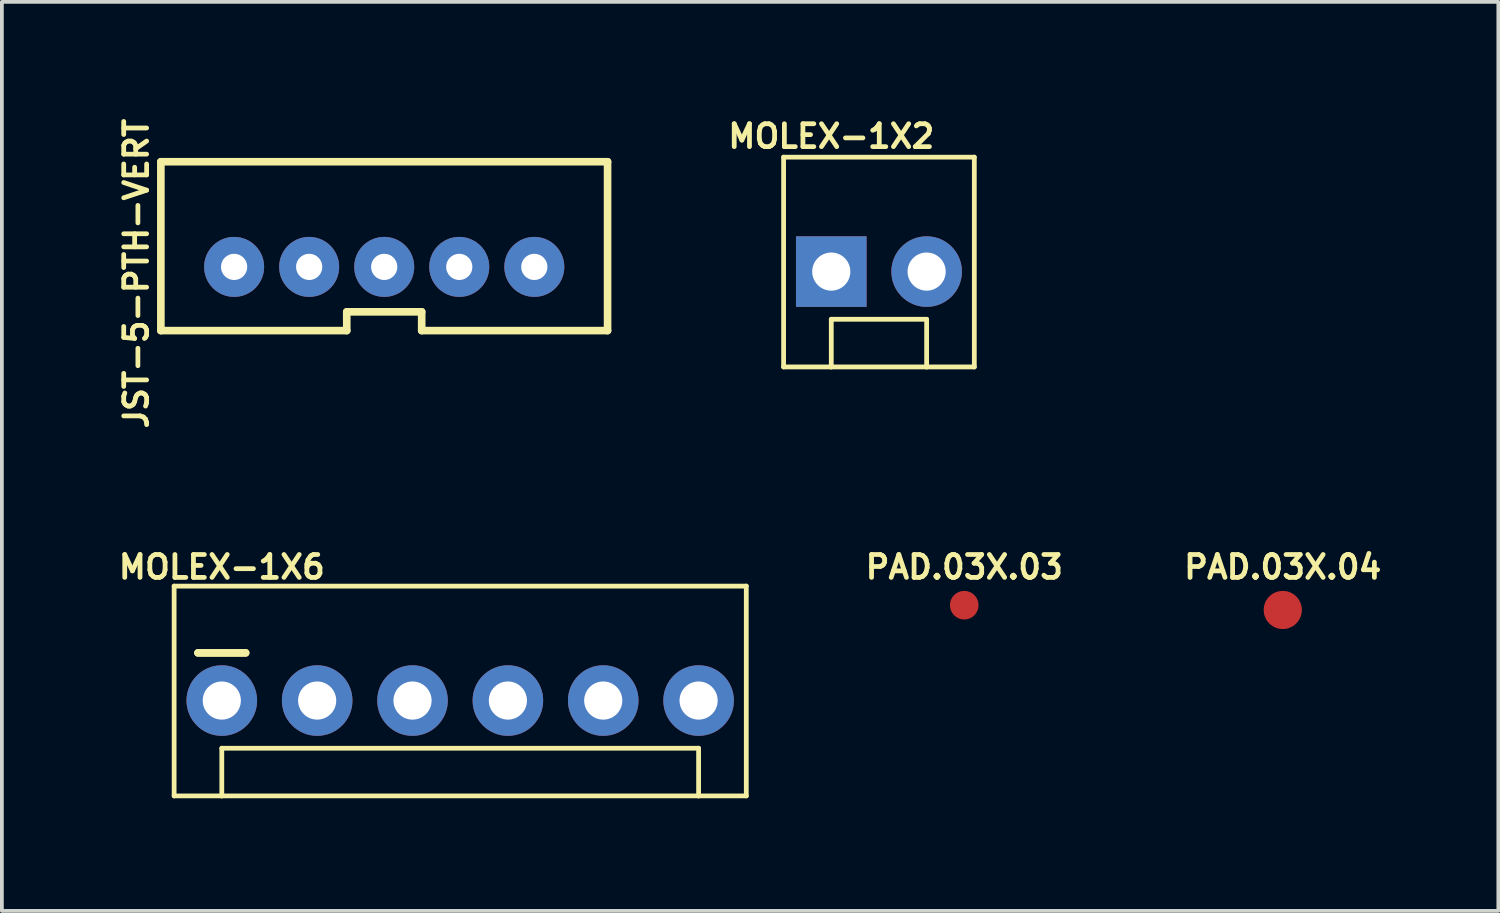
<source format=kicad_pcb>
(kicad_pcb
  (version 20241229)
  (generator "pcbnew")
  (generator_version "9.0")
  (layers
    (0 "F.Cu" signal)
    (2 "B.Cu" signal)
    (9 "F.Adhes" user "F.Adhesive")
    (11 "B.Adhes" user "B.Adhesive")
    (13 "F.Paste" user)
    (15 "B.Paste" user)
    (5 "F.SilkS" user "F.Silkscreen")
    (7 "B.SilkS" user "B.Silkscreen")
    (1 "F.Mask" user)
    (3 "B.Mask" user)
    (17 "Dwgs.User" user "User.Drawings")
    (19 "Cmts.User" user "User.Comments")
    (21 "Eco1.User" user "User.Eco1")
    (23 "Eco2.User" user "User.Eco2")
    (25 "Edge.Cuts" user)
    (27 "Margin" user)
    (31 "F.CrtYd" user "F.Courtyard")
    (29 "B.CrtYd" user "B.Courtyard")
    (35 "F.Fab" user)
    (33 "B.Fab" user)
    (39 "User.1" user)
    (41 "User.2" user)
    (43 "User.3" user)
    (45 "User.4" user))
  (footprint "MOLEX-1X6"
    (layer "F.Cu")
    (at 2.858 15.61)
    (property "Reference" "MOLEX-1X6" (at 0 -3.556 0) (layer "F.SilkS") (effects (font (size 0.61 0.61) (thickness 0.127))))
    (attr exclude_from_pos_files exclude_from_bom)
    (fp_line (start -1.27 -3.048) (end -1.27 2.54) (stroke (width 0.127) (type solid)) (layer "F.SilkS"))
    (fp_line (start -0.635 -1.27) (end 0.635 -1.27) (stroke (width 0.203) (type solid)) (layer "F.SilkS"))
    (fp_line (start 0 1.27) (end 12.7 1.27) (stroke (width 0.127) (type solid)) (layer "F.SilkS"))
    (fp_line (start 0 2.54) (end -1.27 2.54) (stroke (width 0.127) (type solid)) (layer "F.SilkS"))
    (fp_line (start 0 2.54) (end 0 1.27) (stroke (width 0.127) (type solid)) (layer "F.SilkS"))
    (fp_line (start 0.635 -1.27) (end -0.635 -1.27) (stroke (width 0.203) (type solid)) (layer "F.SilkS"))
    (fp_line (start 12.7 1.27) (end 12.7 2.54) (stroke (width 0.127) (type solid)) (layer "F.SilkS"))
    (fp_line (start 12.7 2.54) (end 0 2.54) (stroke (width 0.127) (type solid)) (layer "F.SilkS"))
    (fp_line (start 13.97 -3.048) (end -1.27 -3.048) (stroke (width 0.127) (type solid)) (layer "F.SilkS"))
    (fp_line (start 13.97 -3.048) (end 13.97 2.54) (stroke (width 0.127) (type solid)) (layer "F.SilkS"))
    (fp_line (start 13.97 2.54) (end 12.7 2.54) (stroke (width 0.127) (type solid)) (layer "F.SilkS"))
    (pad "1" thru_hole circle (at 0 0) (size 1.88 1.88) (drill 1.016) (layers "*.Cu" "*.Mask"))
    (pad "2" thru_hole circle (at 2.54 0) (size 1.88 1.88) (drill 1.016) (layers "*.Cu" "*.Mask"))
    (pad "3" thru_hole circle (at 5.08 0) (size 1.88 1.88) (drill 1.016) (layers "*.Cu" "*.Mask"))
    (pad "4" thru_hole circle (at 7.62 0) (size 1.88 1.88) (drill 1.016) (layers "*.Cu" "*.Mask"))
    (pad "5" thru_hole circle (at 10.16 0) (size 1.88 1.88) (drill 1.016) (layers "*.Cu" "*.Mask"))
    (pad "6" thru_hole circle (at 12.7 0) (size 1.88 1.88) (drill 1.016) (layers "*.Cu" "*.Mask")))
  (footprint "PAD.03X.03"
    (layer "F.Cu")
    (at 22.634 13.07)
    (property "Reference" "PAD.03X.03" (at 0 -1.016 0) (layer "F.SilkS") (effects (font (size 0.61 0.61) (thickness 0.127))))
    (attr smd)
    (pad "P$1" smd circle (at 0 0) (size 0.762 0.762) (layers "F.Cu" "F.Mask" "F.Paste")))
  (footprint "MOLEX-1X2"
    (layer "F.Cu")
    (at 19.092 4.184)
    (property "Reference" "MOLEX-1X2" (at 0 -3.604 0) (layer "F.SilkS") (effects (font (size 0.61 0.61) (thickness 0.127))))
    (attr exclude_from_pos_files exclude_from_bom)
    (fp_line (start -1.27 -3.048) (end -1.27 2.54) (stroke (width 0.127) (type solid)) (layer "F.SilkS"))
    (fp_line (start 0 1.27) (end 2.54 1.27) (stroke (width 0.127) (type solid)) (layer "F.SilkS"))
    (fp_line (start 0 2.54) (end -1.27 2.54) (stroke (width 0.127) (type solid)) (layer "F.SilkS"))
    (fp_line (start 0 2.54) (end 0 1.27) (stroke (width 0.127) (type solid)) (layer "F.SilkS"))
    (fp_line (start 2.54 1.27) (end 2.54 2.54) (stroke (width 0.127) (type solid)) (layer "F.SilkS"))
    (fp_line (start 2.54 2.54) (end 0 2.54) (stroke (width 0.127) (type solid)) (layer "F.SilkS"))
    (fp_line (start 3.81 -3.048) (end -1.27 -3.048) (stroke (width 0.127) (type solid)) (layer "F.SilkS"))
    (fp_line (start 3.81 -3.048) (end 3.81 2.54) (stroke (width 0.127) (type solid)) (layer "F.SilkS"))
    (fp_line (start 3.81 2.54) (end 2.54 2.54) (stroke (width 0.127) (type solid)) (layer "F.SilkS"))
    (pad "1" thru_hole rect (at 0 0) (size 1.88 1.88) (drill 1.016) (layers "*.Cu" "*.Mask"))
    (pad "2" thru_hole circle (at 2.54 0) (size 1.88 1.88) (drill 1.016) (layers "*.Cu" "*.Mask")))
  (footprint "JST-5-PTH-VERT"
    (layer "F.Cu")
    (at 7.184 4.237)
    (property "Reference" "JST-5-PTH-VERT" (at -6.604 0 90) (layer "F.SilkS") (effects (font (size 0.61 0.61) (thickness 0.127))))
    (attr exclude_from_pos_files exclude_from_bom)
    (fp_line (start -5.949 -2.979) (end 5.949 -2.979) (stroke (width 0.203) (type solid)) (layer "F.SilkS"))
    (fp_line (start -5.949 1.519) (end -5.949 -2.979) (stroke (width 0.203) (type solid)) (layer "F.SilkS"))
    (fp_line (start -0.998 1.019) (end -0.998 1.519) (stroke (width 0.203) (type solid)) (layer "F.SilkS"))
    (fp_line (start -0.998 1.019) (end 0.998 1.019) (stroke (width 0.203) (type solid)) (layer "F.SilkS"))
    (fp_line (start -0.998 1.519) (end -5.949 1.519) (stroke (width 0.203) (type solid)) (layer "F.SilkS"))
    (fp_line (start 0.998 1.019) (end 0.998 1.519) (stroke (width 0.203) (type solid)) (layer "F.SilkS"))
    (fp_line (start 5.949 -2.979) (end 5.949 1.519) (stroke (width 0.203) (type solid)) (layer "F.SilkS"))
    (fp_line (start 5.949 1.519) (end 0.998 1.519) (stroke (width 0.203) (type solid)) (layer "F.SilkS"))
    (pad "1" thru_hole circle (at -3.998 -0.178) (size 1.598 1.598) (drill 0.699) (layers "*.Cu" "*.Mask"))
    (pad "2" thru_hole circle (at -1.999 -0.178) (size 1.598 1.598) (drill 0.699) (layers "*.Cu" "*.Mask"))
    (pad "3" thru_hole circle (at 0 -0.178) (size 1.598 1.598) (drill 0.699) (layers "*.Cu" "*.Mask"))
    (pad "4" thru_hole circle (at 1.999 -0.178) (size 1.598 1.598) (drill 0.699) (layers "*.Cu" "*.Mask"))
    (pad "5" thru_hole circle (at 3.998 -0.178) (size 1.598 1.598) (drill 0.699) (layers "*.Cu" "*.Mask")))
  (footprint "PAD.03X.04"
    (layer "F.Cu")
    (at 31.118 13.197)
    (property "Reference" "PAD.03X.04" (at 0 -1.143 0) (layer "F.SilkS") (effects (font (size 0.61 0.61) (thickness 0.127))))
    (attr smd)
    (pad "P$1" smd circle (at 0 0) (size 1.016 1.016) (layers "F.Cu" "F.Mask" "F.Paste")))
  (gr_rect
    (start -3 -3)
    (end 36.86 21.213)
    (stroke (width 0.1) (type default))
    (fill no)
    (layer "Edge.Cuts")))
</source>
